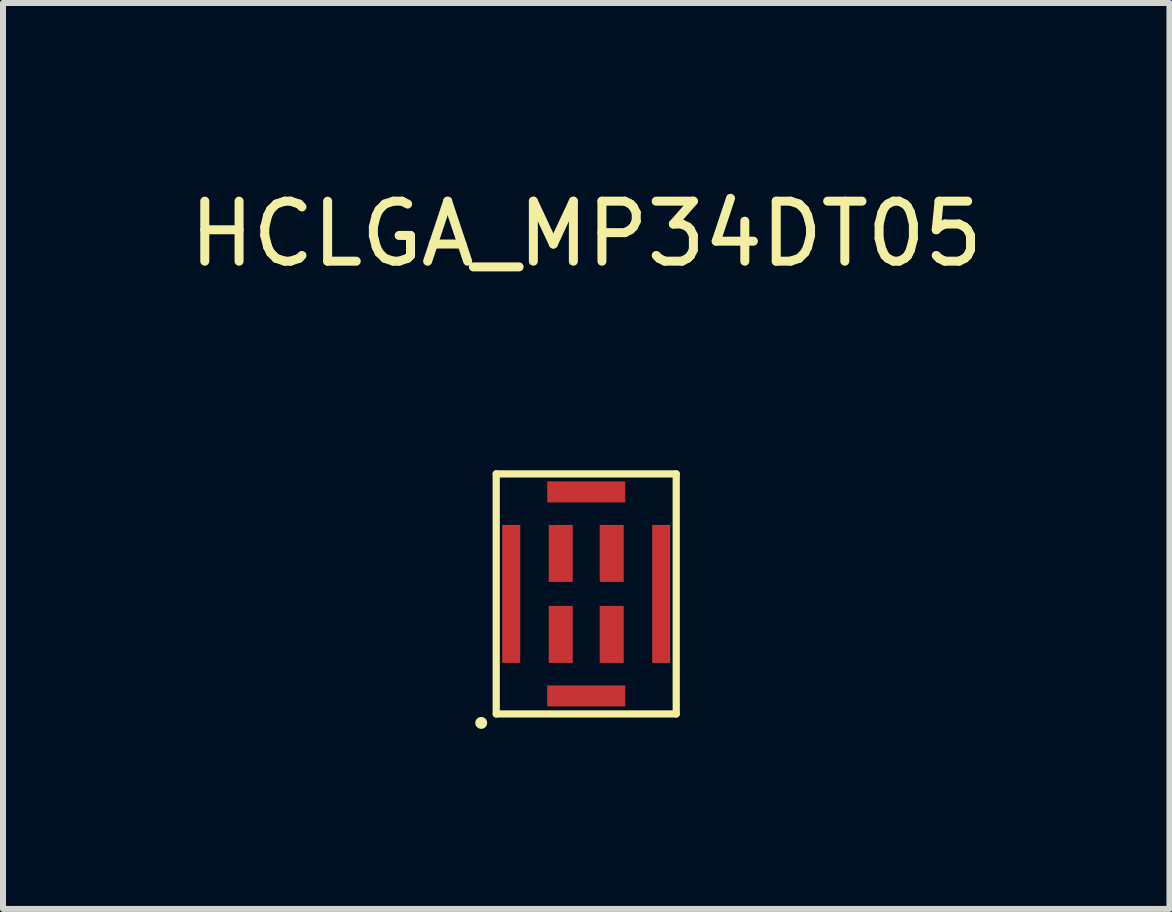
<source format=kicad_pcb>
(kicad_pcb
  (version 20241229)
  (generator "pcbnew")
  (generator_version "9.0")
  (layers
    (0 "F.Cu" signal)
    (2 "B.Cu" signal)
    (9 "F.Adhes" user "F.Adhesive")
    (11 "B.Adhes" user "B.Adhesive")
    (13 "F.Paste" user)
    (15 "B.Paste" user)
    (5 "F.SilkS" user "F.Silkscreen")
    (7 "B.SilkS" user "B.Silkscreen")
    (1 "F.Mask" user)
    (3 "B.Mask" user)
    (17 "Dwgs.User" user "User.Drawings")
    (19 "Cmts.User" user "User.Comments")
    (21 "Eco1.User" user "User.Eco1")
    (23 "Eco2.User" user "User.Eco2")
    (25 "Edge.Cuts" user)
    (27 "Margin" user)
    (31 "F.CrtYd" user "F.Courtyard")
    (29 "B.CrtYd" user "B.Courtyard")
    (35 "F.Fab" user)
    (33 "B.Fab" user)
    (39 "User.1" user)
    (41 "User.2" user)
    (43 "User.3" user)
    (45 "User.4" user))
  (footprint "HCLGA_MP34DT05"
    (layer "F.Cu")
    (at 6.72 6.848)
    (property "Reference" "HCLGA_MP34DT05" (at 0 -6 0) (layer "F.SilkS") (effects (font (size 1 1) (thickness 0.15))))
    (attr through_hole)
    (fp_line (start -1.5 -2) (end -1.5 2) (stroke (width 0.12) (type solid)) (layer "F.SilkS"))
    (fp_line (start -1.5 2) (end 1.5 2) (stroke (width 0.12) (type solid)) (layer "F.SilkS"))
    (fp_line (start 1.5 -2) (end -1.5 -2) (stroke (width 0.12) (type solid)) (layer "F.SilkS"))
    (fp_line (start 1.5 2) (end 1.5 -2) (stroke (width 0.12) (type solid)) (layer "F.SilkS"))
    (fp_circle (center -1.75 2.15) (end -1.75 2.2) (stroke (width 0.1) (type solid)) (fill no) (layer "F.SilkS"))
    (pad "1" smd rect (at -0.425 0.675) (size 0.4 0.95) (layers "F.Cu" "F.Mask" "F.Paste"))
    (pad "2" smd rect (at -0.425 -0.675) (size 0.4 0.95) (layers "F.Cu" "F.Mask" "F.Paste"))
    (pad "3" smd rect (at 0.425 -0.675) (size 0.4 0.95) (layers "F.Cu" "F.Mask" "F.Paste"))
    (pad "4" smd rect (at 0.425 0.675) (size 0.4 0.95) (layers "F.Cu" "F.Mask" "F.Paste"))
    (pad "5" smd rect (at -1.25 0) (size 0.3 2.3) (layers "F.Cu" "F.Mask" "F.Paste"))
    (pad "5" smd rect (at 0 -1.7) (size 1.3 0.35) (layers "F.Cu" "F.Mask" "F.Paste"))
    (pad "5" smd rect (at 0 1.7) (size 1.3 0.35) (layers "F.Cu" "F.Mask" "F.Paste"))
    (pad "5" smd rect (at 1.25 0) (size 0.3 2.3) (layers "F.Cu" "F.Mask" "F.Paste")))
  (gr_rect
    (start -3 -3)
    (end 16.44 12.098)
    (stroke (width 0.1) (type default))
    (fill no)
    (layer "Edge.Cuts")))
</source>
